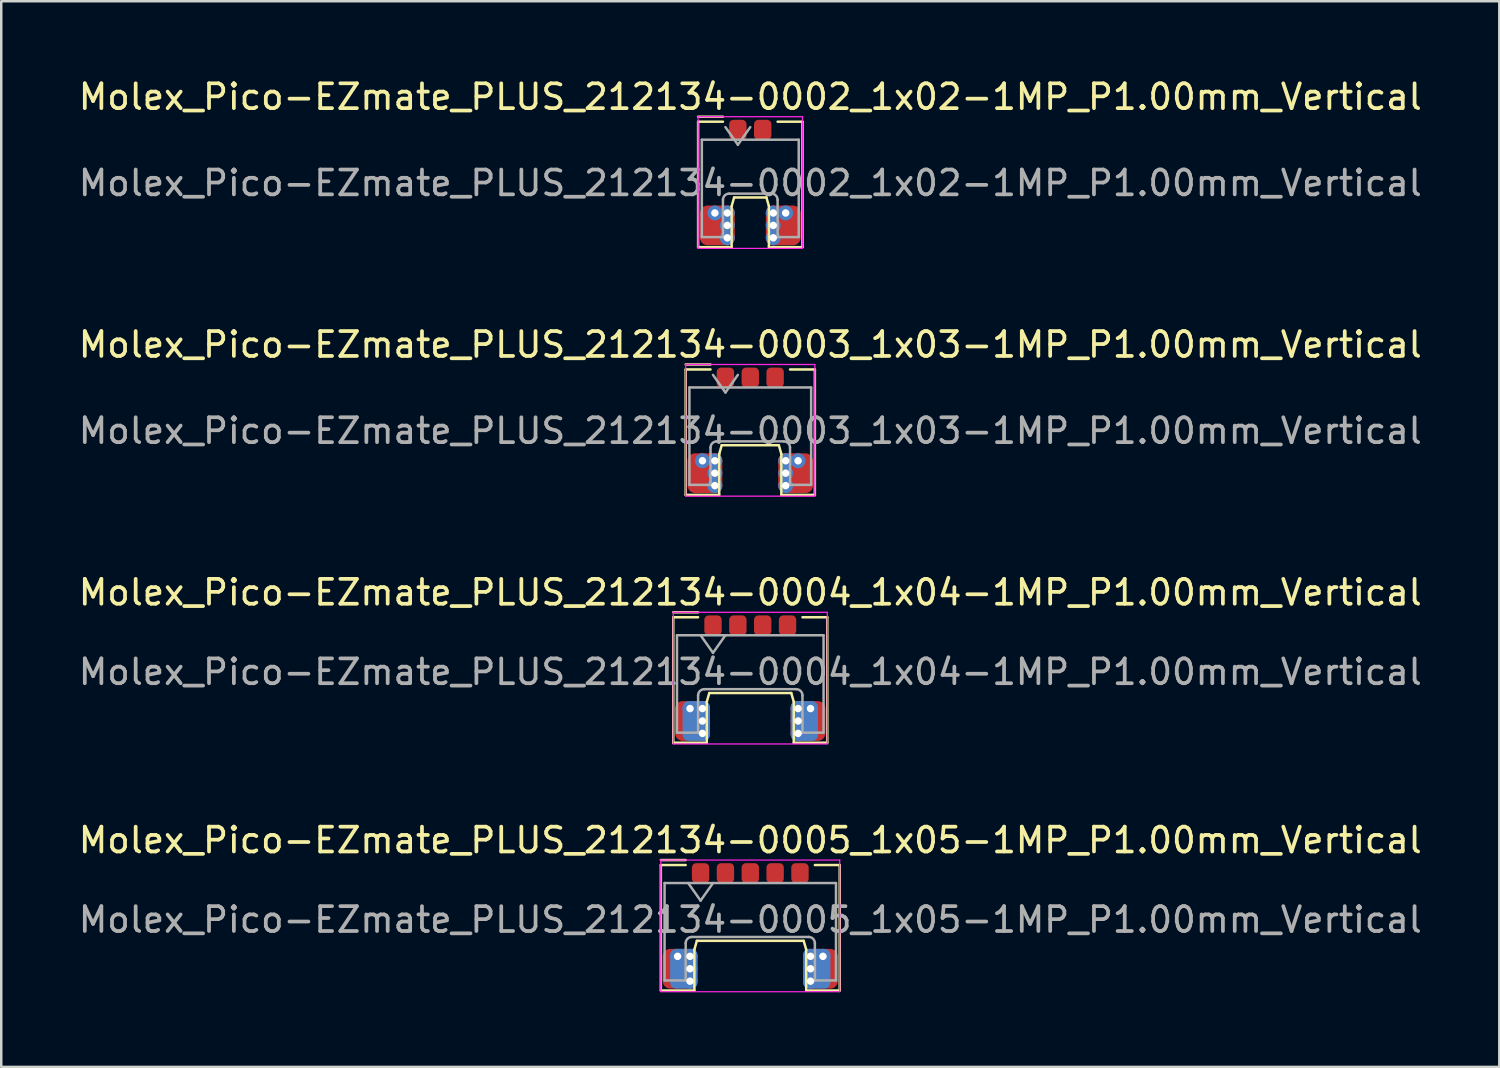
<source format=kicad_pcb>
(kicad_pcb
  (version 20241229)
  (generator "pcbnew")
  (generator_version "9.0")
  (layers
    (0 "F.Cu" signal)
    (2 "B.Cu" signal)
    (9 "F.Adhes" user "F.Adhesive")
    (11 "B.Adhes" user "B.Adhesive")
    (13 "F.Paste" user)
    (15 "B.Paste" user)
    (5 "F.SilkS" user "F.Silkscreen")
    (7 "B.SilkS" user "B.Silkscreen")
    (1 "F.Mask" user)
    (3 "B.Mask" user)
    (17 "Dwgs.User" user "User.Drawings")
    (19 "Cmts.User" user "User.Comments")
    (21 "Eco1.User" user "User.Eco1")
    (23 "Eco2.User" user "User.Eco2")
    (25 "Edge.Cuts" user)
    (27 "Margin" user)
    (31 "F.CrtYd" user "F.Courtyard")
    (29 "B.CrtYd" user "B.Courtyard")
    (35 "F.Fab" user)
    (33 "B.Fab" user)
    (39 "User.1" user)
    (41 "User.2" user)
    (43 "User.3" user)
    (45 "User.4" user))
  (footprint "Molex_Pico-EZmate_PLUS_212134-0004_1x04-1MP_P1.00mm_Vertical"
    (layer "F.Cu")
    (at 27.149 23.995)
    (property "Reference" "Molex_Pico-EZmate_PLUS_212134-0004_1x04-1MP_P1.00mm_Vertical" (at 0 -3.2 0) (layer "F.SilkS") (effects (font (size 1 1) (thickness 0.15))))
    (attr smd)
    (fp_line (start -3.1 -2.4) (end -2.1 -2.4) (stroke (width 0.1) (type default)) (layer "F.SilkS"))
    (fp_line (start -3.1 -2.2) (end -3.1 2.85) (stroke (width 0.1) (type default)) (layer "F.SilkS"))
    (fp_line (start -3.1 2.85) (end -1.75 2.85) (stroke (width 0.1) (type default)) (layer "F.SilkS"))
    (fp_line (start -2.1 -2.2) (end -3.1 -2.2) (stroke (width 0.1) (type default)) (layer "F.SilkS"))
    (fp_line (start -1.75 1.2) (end -1.65 0.85) (stroke (width 0.1) (type default)) (layer "F.SilkS"))
    (fp_line (start -1.75 2.85) (end -1.75 1.2) (stroke (width 0.1) (type default)) (layer "F.SilkS"))
    (fp_line (start 1.65 0.85) (end -1.65 0.85) (stroke (width 0.1) (type default)) (layer "F.SilkS"))
    (fp_line (start 1.75 1.2) (end 1.65 0.85) (stroke (width 0.1) (type default)) (layer "F.SilkS"))
    (fp_line (start 1.75 2.85) (end 1.75 1.2) (stroke (width 0.1) (type default)) (layer "F.SilkS"))
    (fp_line (start 2.1 -2.2) (end 3.1 -2.2) (stroke (width 0.1) (type default)) (layer "F.SilkS"))
    (fp_line (start 3.1 -2.2) (end 3.1 2.85) (stroke (width 0.1) (type default)) (layer "F.SilkS"))
    (fp_line (start 3.1 2.85) (end 1.75 2.85) (stroke (width 0.1) (type default)) (layer "F.SilkS"))
    (fp_line (start -3.1 -2.4) (end 3.1 -2.4) (stroke (width 0.05) (type default)) (layer "F.CrtYd"))
    (fp_line (start -3.1 2.9) (end -3.1 -2.4) (stroke (width 0.05) (type default)) (layer "F.CrtYd"))
    (fp_line (start 3.1 -2.4) (end 3.1 2.9) (stroke (width 0.05) (type default)) (layer "F.CrtYd"))
    (fp_line (start 3.1 2.9) (end -3.1 2.9) (stroke (width 0.05) (type default)) (layer "F.CrtYd"))
    (fp_line (start -2.95 -1.475) (end -2.95 2.445) (stroke (width 0.1) (type solid)) (layer "F.Fab"))
    (fp_line (start -2.95 -1.475) (end 2.95 -1.475) (stroke (width 0.1) (type solid)) (layer "F.Fab"))
    (fp_line (start -2.95 2.445) (end -2.1 2.445) (stroke (width 0.1) (type solid)) (layer "F.Fab"))
    (fp_line (start -2.1 2.445) (end -2.1 0.945) (stroke (width 0.1) (type solid)) (layer "F.Fab"))
    (fp_line (start -2 -1.475) (end -1.5 -0.768) (stroke (width 0.1) (type solid)) (layer "F.Fab"))
    (fp_line (start -1.85 0.695) (end 1.85 0.695) (stroke (width 0.1) (type solid)) (layer "F.Fab"))
    (fp_line (start -1.5 -0.768) (end -1 -1.475) (stroke (width 0.1) (type solid)) (layer "F.Fab"))
    (fp_line (start 2.1 2.445) (end 2.1 0.945) (stroke (width 0.1) (type solid)) (layer "F.Fab"))
    (fp_line (start 2.1 2.445) (end 2.95 2.445) (stroke (width 0.1) (type solid)) (layer "F.Fab"))
    (fp_line (start 2.95 -1.475) (end 2.95 2.445) (stroke (width 0.1) (type solid)) (layer "F.Fab"))
    (fp_arc (start -2.1 0.945) (mid -2.026777 0.768223) (end -1.85 0.695) (stroke (width 0.1) (type solid)) (layer "F.Fab"))
    (fp_arc (start 1.85 0.695) (mid 2.026777 0.768223) (end 2.1 0.945) (stroke (width 0.1) (type solid)) (layer "F.Fab"))
    (fp_text user "${REFERENCE}" (at 0 0 0) (layer "F.Fab") (effects (font (size 1 1) (thickness 0.15))))
    (pad "1" smd roundrect (at -1.5 -1.875) (size 0.7 0.8) (layers "F.Cu" "F.Mask" "F.Paste") (roundrect_rratio 0.25))
    (pad "2" smd roundrect (at -0.5 -1.875) (size 0.7 0.8) (layers "F.Cu" "F.Mask" "F.Paste") (roundrect_rratio 0.25))
    (pad "3" smd roundrect (at 0.5 -1.875) (size 0.7 0.8) (layers "F.Cu" "F.Mask" "F.Paste") (roundrect_rratio 0.25))
    (pad "4" smd roundrect (at 1.5 -1.875) (size 0.7 0.8) (layers "F.Cu" "F.Mask" "F.Paste") (roundrect_rratio 0.25))
    (pad "MP" smd roundrect (at -2.525 2.125) (size 0.6 0.8) (layers "F.Cu" "F.Mask" "F.Paste") (roundrect_rratio 0.25))
    (pad "MP" thru_hole circle (at -2.425 1.475) (size 0.6 0.6) (drill 0.3) (layers "*.Cu"))
    (pad "MP" smd roundrect (at -2.325 1.975) (size 1.4 1.6) (layers "F.Cu") (roundrect_rratio 0.214))
    (pad "MP" smd roundrect (at -2.175 1.975) (size 1.1 1.6) (layers "B.Cu") (roundrect_rratio 0.214))
    (pad "MP" thru_hole circle (at -1.925 1.475) (size 0.6 0.6) (drill 0.3) (layers "*.Cu"))
    (pad "MP" thru_hole circle (at -1.925 1.975) (size 0.6 0.6) (drill 0.3) (layers "*.Cu"))
    (pad "MP" thru_hole circle (at -1.925 2.475) (size 0.6 0.6) (drill 0.3) (layers "*.Cu"))
    (pad "MP" thru_hole circle (at 1.925 1.475) (size 0.6 0.6) (drill 0.3) (layers "*.Cu"))
    (pad "MP" thru_hole circle (at 1.925 1.975) (size 0.6 0.6) (drill 0.3) (layers "*.Cu"))
    (pad "MP" thru_hole circle (at 1.925 2.475) (size 0.6 0.6) (drill 0.3) (layers "*.Cu"))
    (pad "MP" smd roundrect (at 2.175 1.975) (size 1.1 1.6) (layers "B.Cu") (roundrect_rratio 0.214))
    (pad "MP" smd roundrect (at 2.325 1.975) (size 1.4 1.6) (layers "F.Cu") (roundrect_rratio 0.214))
    (pad "MP" thru_hole circle (at 2.425 1.475) (size 0.6 0.6) (drill 0.3) (layers "*.Cu"))
    (pad "MP" smd roundrect (at 2.525 2.125) (size 0.6 0.8) (layers "F.Cu" "F.Mask" "F.Paste") (roundrect_rratio 0.25)))
  (footprint "Molex_Pico-EZmate_PLUS_212134-0005_1x05-1MP_P1.00mm_Vertical"
    (layer "F.Cu")
    (at 27.149 33.968)
    (property "Reference" "Molex_Pico-EZmate_PLUS_212134-0005_1x05-1MP_P1.00mm_Vertical" (at 0 -3.2 0) (layer "F.SilkS") (effects (font (size 1 1) (thickness 0.15))))
    (attr smd)
    (fp_line (start -3.6 -2.4) (end -2.6 -2.4) (stroke (width 0.1) (type default)) (layer "F.SilkS"))
    (fp_line (start -3.6 -2.2) (end -3.6 2.85) (stroke (width 0.1) (type default)) (layer "F.SilkS"))
    (fp_line (start -3.6 2.85) (end -2.25 2.85) (stroke (width 0.1) (type default)) (layer "F.SilkS"))
    (fp_line (start -2.6 -2.2) (end -3.6 -2.2) (stroke (width 0.1) (type default)) (layer "F.SilkS"))
    (fp_line (start -2.25 1.2) (end -2.15 0.85) (stroke (width 0.1) (type default)) (layer "F.SilkS"))
    (fp_line (start -2.25 2.85) (end -2.25 1.2) (stroke (width 0.1) (type default)) (layer "F.SilkS"))
    (fp_line (start 2.15 0.85) (end -2.15 0.85) (stroke (width 0.1) (type default)) (layer "F.SilkS"))
    (fp_line (start 2.25 1.2) (end 2.15 0.85) (stroke (width 0.1) (type default)) (layer "F.SilkS"))
    (fp_line (start 2.25 2.85) (end 2.25 1.2) (stroke (width 0.1) (type default)) (layer "F.SilkS"))
    (fp_line (start 2.6 -2.2) (end 3.6 -2.2) (stroke (width 0.1) (type default)) (layer "F.SilkS"))
    (fp_line (start 3.6 -2.2) (end 3.6 2.85) (stroke (width 0.1) (type default)) (layer "F.SilkS"))
    (fp_line (start 3.6 2.85) (end 2.25 2.85) (stroke (width 0.1) (type default)) (layer "F.SilkS"))
    (fp_line (start -3.6 -2.4) (end 3.6 -2.4) (stroke (width 0.05) (type default)) (layer "F.CrtYd"))
    (fp_line (start -3.6 2.9) (end -3.6 -2.4) (stroke (width 0.05) (type default)) (layer "F.CrtYd"))
    (fp_line (start 3.6 -2.4) (end 3.6 2.9) (stroke (width 0.05) (type default)) (layer "F.CrtYd"))
    (fp_line (start 3.6 2.9) (end -3.6 2.9) (stroke (width 0.05) (type default)) (layer "F.CrtYd"))
    (fp_line (start -3.45 -1.475) (end -3.45 2.445) (stroke (width 0.1) (type solid)) (layer "F.Fab"))
    (fp_line (start -3.45 -1.475) (end 3.45 -1.475) (stroke (width 0.1) (type solid)) (layer "F.Fab"))
    (fp_line (start -3.45 2.445) (end -2.6 2.445) (stroke (width 0.1) (type solid)) (layer "F.Fab"))
    (fp_line (start -2.6 2.445) (end -2.6 0.945) (stroke (width 0.1) (type solid)) (layer "F.Fab"))
    (fp_line (start -2.5 -1.475) (end -2 -0.768) (stroke (width 0.1) (type solid)) (layer "F.Fab"))
    (fp_line (start -2.35 0.695) (end 2.35 0.695) (stroke (width 0.1) (type solid)) (layer "F.Fab"))
    (fp_line (start -2 -0.768) (end -1.5 -1.475) (stroke (width 0.1) (type solid)) (layer "F.Fab"))
    (fp_line (start 2.6 2.445) (end 2.6 0.945) (stroke (width 0.1) (type solid)) (layer "F.Fab"))
    (fp_line (start 2.6 2.445) (end 3.45 2.445) (stroke (width 0.1) (type solid)) (layer "F.Fab"))
    (fp_line (start 3.45 -1.475) (end 3.45 2.445) (stroke (width 0.1) (type solid)) (layer "F.Fab"))
    (fp_arc (start -2.6 0.945) (mid -2.526777 0.768223) (end -2.35 0.695) (stroke (width 0.1) (type solid)) (layer "F.Fab"))
    (fp_arc (start 2.35 0.695) (mid 2.526777 0.768223) (end 2.6 0.945) (stroke (width 0.1) (type solid)) (layer "F.Fab"))
    (fp_text user "${REFERENCE}" (at 0 0 0) (layer "F.Fab") (effects (font (size 1 1) (thickness 0.15))))
    (pad "1" smd roundrect (at -2 -1.875) (size 0.7 0.8) (layers "F.Cu" "F.Mask" "F.Paste") (roundrect_rratio 0.25))
    (pad "2" smd roundrect (at -1 -1.875) (size 0.7 0.8) (layers "F.Cu" "F.Mask" "F.Paste") (roundrect_rratio 0.25))
    (pad "3" smd roundrect (at 0 -1.875) (size 0.7 0.8) (layers "F.Cu" "F.Mask" "F.Paste") (roundrect_rratio 0.25))
    (pad "4" smd roundrect (at 1 -1.875) (size 0.7 0.8) (layers "F.Cu" "F.Mask" "F.Paste") (roundrect_rratio 0.25))
    (pad "5" smd roundrect (at 2 -1.875) (size 0.7 0.8) (layers "F.Cu" "F.Mask" "F.Paste") (roundrect_rratio 0.25))
    (pad "MP" smd roundrect (at -3.025 2.125) (size 0.6 0.8) (layers "F.Cu" "F.Mask" "F.Paste") (roundrect_rratio 0.25))
    (pad "MP" thru_hole circle (at -2.925 1.475) (size 0.6 0.6) (drill 0.3) (layers "*.Cu"))
    (pad "MP" smd roundrect (at -2.825 1.975) (size 1.4 1.6) (layers "F.Cu") (roundrect_rratio 0.214))
    (pad "MP" smd roundrect (at -2.675 1.975) (size 1.1 1.6) (layers "B.Cu") (roundrect_rratio 0.214))
    (pad "MP" thru_hole circle (at -2.425 1.475) (size 0.6 0.6) (drill 0.3) (layers "*.Cu"))
    (pad "MP" thru_hole circle (at -2.425 1.975) (size 0.6 0.6) (drill 0.3) (layers "*.Cu"))
    (pad "MP" thru_hole circle (at -2.425 2.475) (size 0.6 0.6) (drill 0.3) (layers "*.Cu"))
    (pad "MP" thru_hole circle (at 2.425 1.475) (size 0.6 0.6) (drill 0.3) (layers "*.Cu"))
    (pad "MP" thru_hole circle (at 2.425 1.975) (size 0.6 0.6) (drill 0.3) (layers "*.Cu"))
    (pad "MP" thru_hole circle (at 2.425 2.475) (size 0.6 0.6) (drill 0.3) (layers "*.Cu"))
    (pad "MP" smd roundrect (at 2.675 1.975) (size 1.1 1.6) (layers "B.Cu") (roundrect_rratio 0.214))
    (pad "MP" smd roundrect (at 2.825 1.975) (size 1.4 1.6) (layers "F.Cu") (roundrect_rratio 0.214))
    (pad "MP" thru_hole circle (at 2.925 1.475) (size 0.6 0.6) (drill 0.3) (layers "*.Cu"))
    (pad "MP" smd roundrect (at 3.025 2.125) (size 0.6 0.8) (layers "F.Cu" "F.Mask" "F.Paste") (roundrect_rratio 0.25)))
  (footprint "Molex_Pico-EZmate_PLUS_212134-0003_1x03-1MP_P1.00mm_Vertical"
    (layer "F.Cu")
    (at 27.149 14.021)
    (property "Reference" "Molex_Pico-EZmate_PLUS_212134-0003_1x03-1MP_P1.00mm_Vertical" (at 0 -3.2 0) (layer "F.SilkS") (effects (font (size 1 1) (thickness 0.15))))
    (attr smd)
    (fp_line (start -2.6 -2.4) (end -1.6 -2.4) (stroke (width 0.1) (type default)) (layer "F.SilkS"))
    (fp_line (start -2.6 -2.2) (end -2.6 2.85) (stroke (width 0.1) (type default)) (layer "F.SilkS"))
    (fp_line (start -2.6 2.85) (end -1.25 2.85) (stroke (width 0.1) (type default)) (layer "F.SilkS"))
    (fp_line (start -1.6 -2.2) (end -2.6 -2.2) (stroke (width 0.1) (type default)) (layer "F.SilkS"))
    (fp_line (start -1.25 1.2) (end -1.15 0.85) (stroke (width 0.1) (type default)) (layer "F.SilkS"))
    (fp_line (start -1.25 2.85) (end -1.25 1.2) (stroke (width 0.1) (type default)) (layer "F.SilkS"))
    (fp_line (start 1.15 0.85) (end -1.15 0.85) (stroke (width 0.1) (type default)) (layer "F.SilkS"))
    (fp_line (start 1.25 1.2) (end 1.15 0.85) (stroke (width 0.1) (type default)) (layer "F.SilkS"))
    (fp_line (start 1.25 2.85) (end 1.25 1.2) (stroke (width 0.1) (type default)) (layer "F.SilkS"))
    (fp_line (start 1.6 -2.2) (end 2.6 -2.2) (stroke (width 0.1) (type default)) (layer "F.SilkS"))
    (fp_line (start 2.6 -2.2) (end 2.6 2.85) (stroke (width 0.1) (type default)) (layer "F.SilkS"))
    (fp_line (start 2.6 2.85) (end 1.25 2.85) (stroke (width 0.1) (type default)) (layer "F.SilkS"))
    (fp_line (start -2.6 -2.4) (end 2.6 -2.4) (stroke (width 0.05) (type default)) (layer "F.CrtYd"))
    (fp_line (start -2.6 2.9) (end -2.6 -2.4) (stroke (width 0.05) (type default)) (layer "F.CrtYd"))
    (fp_line (start 2.6 -2.4) (end 2.6 2.9) (stroke (width 0.05) (type default)) (layer "F.CrtYd"))
    (fp_line (start 2.6 2.9) (end -2.6 2.9) (stroke (width 0.05) (type default)) (layer "F.CrtYd"))
    (fp_line (start -2.45 -1.475) (end -2.45 2.445) (stroke (width 0.1) (type solid)) (layer "F.Fab"))
    (fp_line (start -2.45 -1.475) (end 2.45 -1.475) (stroke (width 0.1) (type solid)) (layer "F.Fab"))
    (fp_line (start -2.45 2.445) (end -1.6 2.445) (stroke (width 0.1) (type solid)) (layer "F.Fab"))
    (fp_line (start -1.6 2.445) (end -1.6 0.945) (stroke (width 0.1) (type solid)) (layer "F.Fab"))
    (fp_line (start -1.5 -1.98) (end -1 -1.273) (stroke (width 0.1) (type solid)) (layer "F.Fab"))
    (fp_line (start -1.35 0.695) (end 1.35 0.695) (stroke (width 0.1) (type solid)) (layer "F.Fab"))
    (fp_line (start -1 -1.273) (end -0.5 -1.98) (stroke (width 0.1) (type solid)) (layer "F.Fab"))
    (fp_line (start 1.6 2.445) (end 1.6 0.945) (stroke (width 0.1) (type solid)) (layer "F.Fab"))
    (fp_line (start 1.6 2.445) (end 2.45 2.445) (stroke (width 0.1) (type solid)) (layer "F.Fab"))
    (fp_line (start 2.45 -1.475) (end 2.45 2.445) (stroke (width 0.1) (type solid)) (layer "F.Fab"))
    (fp_arc (start -1.6 0.945) (mid -1.526777 0.768223) (end -1.35 0.695) (stroke (width 0.1) (type solid)) (layer "F.Fab"))
    (fp_arc (start 1.35 0.695) (mid 1.526777 0.768223) (end 1.6 0.945) (stroke (width 0.1) (type solid)) (layer "F.Fab"))
    (fp_text user "${REFERENCE}" (at 0 0.27 0) (layer "F.Fab") (effects (font (size 1 1) (thickness 0.15))))
    (pad "1" smd roundrect (at -1 -1.875) (size 0.7 0.8) (layers "F.Cu" "F.Mask" "F.Paste") (roundrect_rratio 0.25))
    (pad "2" smd roundrect (at 0 -1.875) (size 0.7 0.8) (layers "F.Cu" "F.Mask" "F.Paste") (roundrect_rratio 0.25))
    (pad "3" smd roundrect (at 1 -1.875) (size 0.7 0.8) (layers "F.Cu" "F.Mask" "F.Paste") (roundrect_rratio 0.25))
    (pad "MP" smd roundrect (at -2.025 2.125) (size 0.6 0.8) (layers "F.Cu" "F.Mask" "F.Paste") (roundrect_rratio 0.25))
    (pad "MP" thru_hole circle (at -1.925 1.475) (size 0.6 0.6) (drill 0.3) (layers "*.Cu"))
    (pad "MP" smd roundrect (at -1.825 1.975) (size 1.4 1.6) (layers "F.Cu") (roundrect_rratio 0.214))
    (pad "MP" thru_hole circle (at -1.425 1.475) (size 0.6 0.6) (drill 0.3) (layers "*.Cu"))
    (pad "MP" thru_hole circle (at -1.425 1.975) (size 0.6 0.6) (drill 0.3) (layers "*.Cu"))
    (pad "MP" thru_hole circle (at -1.425 2.475) (size 0.6 0.6) (drill 0.3) (layers "*.Cu"))
    (pad "MP" thru_hole circle (at 1.425 1.475) (size 0.6 0.6) (drill 0.3) (layers "*.Cu"))
    (pad "MP" thru_hole circle (at 1.425 1.975) (size 0.6 0.6) (drill 0.3) (layers "*.Cu"))
    (pad "MP" thru_hole circle (at 1.425 2.475) (size 0.6 0.6) (drill 0.3) (layers "*.Cu"))
    (pad "MP" smd roundrect (at 1.825 1.975) (size 1.4 1.6) (layers "F.Cu") (roundrect_rratio 0.214))
    (pad "MP" thru_hole circle (at 1.925 1.475) (size 0.6 0.6) (drill 0.3) (layers "*.Cu"))
    (pad "MP" smd roundrect (at 2.025 2.125) (size 0.6 0.8) (layers "F.Cu" "F.Mask" "F.Paste") (roundrect_rratio 0.25)))
  (footprint "Molex_Pico-EZmate_PLUS_212134-0002_1x02-1MP_P1.00mm_Vertical"
    (layer "F.Cu")
    (at 27.149 4.048)
    (property "Reference" "Molex_Pico-EZmate_PLUS_212134-0002_1x02-1MP_P1.00mm_Vertical" (at 0 -3.2 0) (layer "F.SilkS") (effects (font (size 1 1) (thickness 0.15))))
    (attr smd)
    (fp_line (start -2.1 -2.4) (end -1.1 -2.4) (stroke (width 0.1) (type default)) (layer "F.SilkS"))
    (fp_line (start -2.1 -2.2) (end -2.1 2.85) (stroke (width 0.1) (type default)) (layer "F.SilkS"))
    (fp_line (start -2.1 2.85) (end -0.75 2.85) (stroke (width 0.1) (type default)) (layer "F.SilkS"))
    (fp_line (start -1.1 -2.2) (end -2.1 -2.2) (stroke (width 0.1) (type default)) (layer "F.SilkS"))
    (fp_line (start -0.75 1.2) (end -0.65 0.85) (stroke (width 0.1) (type default)) (layer "F.SilkS"))
    (fp_line (start -0.75 2.85) (end -0.75 1.2) (stroke (width 0.1) (type default)) (layer "F.SilkS"))
    (fp_line (start 0.65 0.85) (end -0.65 0.85) (stroke (width 0.1) (type default)) (layer "F.SilkS"))
    (fp_line (start 0.75 1.2) (end 0.65 0.85) (stroke (width 0.1) (type default)) (layer "F.SilkS"))
    (fp_line (start 0.75 2.85) (end 0.75 1.2) (stroke (width 0.1) (type default)) (layer "F.SilkS"))
    (fp_line (start 1.1 -2.2) (end 2.1 -2.2) (stroke (width 0.1) (type default)) (layer "F.SilkS"))
    (fp_line (start 2.1 -2.2) (end 2.1 2.85) (stroke (width 0.1) (type default)) (layer "F.SilkS"))
    (fp_line (start 2.1 2.85) (end 0.75 2.85) (stroke (width 0.1) (type default)) (layer "F.SilkS"))
    (fp_line (start -2.1 -2.4) (end 2.1 -2.4) (stroke (width 0.05) (type default)) (layer "F.CrtYd"))
    (fp_line (start -2.1 2.9) (end -2.1 -2.4) (stroke (width 0.05) (type default)) (layer "F.CrtYd"))
    (fp_line (start 2.1 -2.4) (end 2.1 2.9) (stroke (width 0.05) (type default)) (layer "F.CrtYd"))
    (fp_line (start 2.1 2.9) (end -2.1 2.9) (stroke (width 0.05) (type default)) (layer "F.CrtYd"))
    (fp_line (start -1.95 -1.475) (end -1.95 2.445) (stroke (width 0.1) (type solid)) (layer "F.Fab"))
    (fp_line (start -1.95 -1.475) (end 1.95 -1.475) (stroke (width 0.1) (type solid)) (layer "F.Fab"))
    (fp_line (start -1.95 2.445) (end -1.1 2.445) (stroke (width 0.1) (type solid)) (layer "F.Fab"))
    (fp_line (start -1.1 2.445) (end -1.1 0.945) (stroke (width 0.1) (type solid)) (layer "F.Fab"))
    (fp_line (start -1 -1.98) (end -0.5 -1.273) (stroke (width 0.1) (type solid)) (layer "F.Fab"))
    (fp_line (start -0.85 0.695) (end 0.85 0.695) (stroke (width 0.1) (type solid)) (layer "F.Fab"))
    (fp_line (start -0.5 -1.273) (end 0 -1.98) (stroke (width 0.1) (type solid)) (layer "F.Fab"))
    (fp_line (start 1.1 2.445) (end 1.1 0.945) (stroke (width 0.1) (type solid)) (layer "F.Fab"))
    (fp_line (start 1.1 2.445) (end 1.95 2.445) (stroke (width 0.1) (type solid)) (layer "F.Fab"))
    (fp_line (start 1.95 -1.475) (end 1.95 2.445) (stroke (width 0.1) (type solid)) (layer "F.Fab"))
    (fp_arc (start -1.1 0.945) (mid -1.026777 0.768223) (end -0.85 0.695) (stroke (width 0.1) (type solid)) (layer "F.Fab"))
    (fp_arc (start 0.85 0.695) (mid 1.026777 0.768223) (end 1.1 0.945) (stroke (width 0.1) (type solid)) (layer "F.Fab"))
    (fp_text user "${REFERENCE}" (at 0 0.27 0) (layer "F.Fab") (effects (font (size 1 1) (thickness 0.15))))
    (pad "1" smd roundrect (at -0.5 -1.875) (size 0.7 0.8) (layers "F.Cu" "F.Mask" "F.Paste") (roundrect_rratio 0.25))
    (pad "2" smd roundrect (at 0.5 -1.875) (size 0.7 0.8) (layers "F.Cu" "F.Mask" "F.Paste") (roundrect_rratio 0.25))
    (pad "MP" smd roundrect (at -1.525 2.125) (size 0.6 0.8) (layers "F.Cu" "F.Mask" "F.Paste") (roundrect_rratio 0.25))
    (pad "MP" thru_hole circle (at -1.425 1.475) (size 0.6 0.6) (drill 0.3) (layers "*.Cu"))
    (pad "MP" smd roundrect (at -1.325 1.975) (size 1.4 1.6) (layers "F.Cu") (roundrect_rratio 0.214))
    (pad "MP" thru_hole circle (at -0.925 1.475) (size 0.6 0.6) (drill 0.3) (layers "*.Cu"))
    (pad "MP" thru_hole circle (at -0.925 1.975) (size 0.6 0.6) (drill 0.3) (layers "*.Cu"))
    (pad "MP" thru_hole circle (at -0.925 2.475) (size 0.6 0.6) (drill 0.3) (layers "*.Cu"))
    (pad "MP" thru_hole circle (at 0.925 1.475) (size 0.6 0.6) (drill 0.3) (layers "*.Cu"))
    (pad "MP" thru_hole circle (at 0.925 1.975) (size 0.6 0.6) (drill 0.3) (layers "*.Cu"))
    (pad "MP" thru_hole circle (at 0.925 2.475) (size 0.6 0.6) (drill 0.3) (layers "*.Cu"))
    (pad "MP" smd roundrect (at 1.325 1.975) (size 1.4 1.6) (layers "F.Cu") (roundrect_rratio 0.214))
    (pad "MP" thru_hole circle (at 1.425 1.475) (size 0.6 0.6) (drill 0.3) (layers "*.Cu"))
    (pad "MP" smd roundrect (at 1.525 2.125) (size 0.6 0.8) (layers "F.Cu" "F.Mask" "F.Paste") (roundrect_rratio 0.25)))
  (gr_rect
    (start -3 -3)
    (end 57.298 39.893)
    (stroke (width 0.1) (type default))
    (fill no)
    (layer "Edge.Cuts")))
</source>
